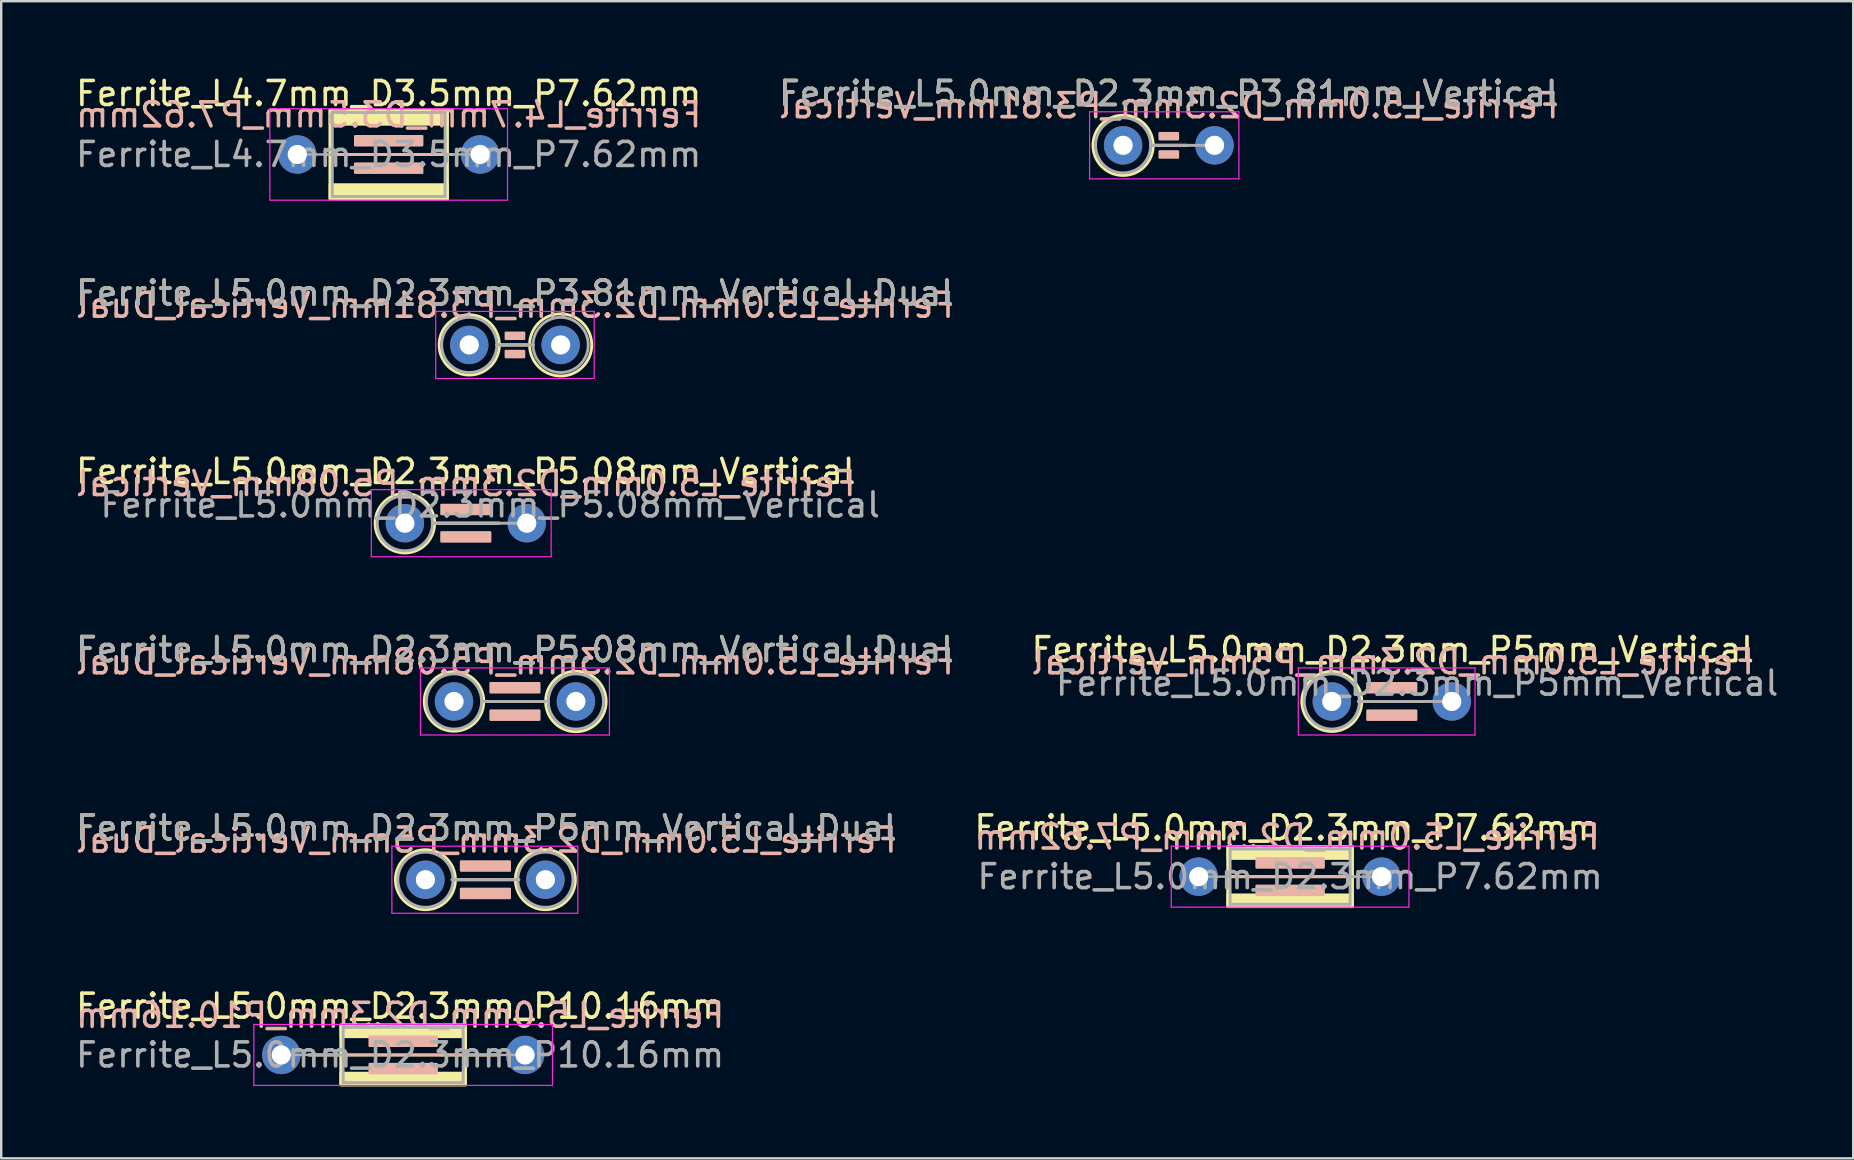
<source format=kicad_pcb>
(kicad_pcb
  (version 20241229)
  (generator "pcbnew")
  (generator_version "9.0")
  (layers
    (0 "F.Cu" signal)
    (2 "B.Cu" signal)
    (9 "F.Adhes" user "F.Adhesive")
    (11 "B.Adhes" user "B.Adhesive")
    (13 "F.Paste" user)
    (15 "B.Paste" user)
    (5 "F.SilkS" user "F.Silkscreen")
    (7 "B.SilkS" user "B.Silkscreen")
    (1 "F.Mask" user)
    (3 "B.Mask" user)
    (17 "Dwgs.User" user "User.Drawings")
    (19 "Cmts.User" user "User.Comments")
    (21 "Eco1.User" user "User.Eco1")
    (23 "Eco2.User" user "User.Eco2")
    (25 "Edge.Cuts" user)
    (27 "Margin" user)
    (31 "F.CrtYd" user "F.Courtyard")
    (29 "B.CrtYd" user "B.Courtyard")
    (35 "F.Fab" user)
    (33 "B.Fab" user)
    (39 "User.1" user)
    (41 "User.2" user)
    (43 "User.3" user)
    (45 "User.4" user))
  (footprint "Ferrite_L4.7mm_D3.5mm_P7.62mm"
    (layer "F.Cu")
    (at 9.339 3.388)
    (property "Reference" "Ferrite_L4.7mm_D3.5mm_P7.62mm" (at 3.81 -2.54 0) (layer "F.SilkS") (effects (font (size 1 1) (thickness 0.15))))
    (fp_line (start 5.424 0.000002) (end 1.143 0) (stroke (width 0.12) (type solid)) (layer "F.SilkS"))
    (fp_line (start 5.424 0.000002) (end 6.477 0) (stroke (width 0.12) (type solid)) (layer "F.SilkS"))
    (fp_rect (start 1.36 -1.85) (end 6.26 1.85) (stroke (width 0.12) (type solid)) (fill no) (layer "F.SilkS"))
    (fp_poly (pts (xy 6.26 -1.25) (xy 1.36 -1.25) (xy 1.36 -1.85) (xy 6.26 -1.85)) (stroke (width 0.1) (type solid)) (fill yes) (layer "F.SilkS"))
    (fp_poly (pts (xy 6.26 1.85) (xy 1.36 1.85) (xy 1.36 1.25) (xy 6.26 1.25)) (stroke (width 0.1) (type solid)) (fill yes) (layer "F.SilkS"))
    (fp_line (start 1.143 0) (end 6.477 0) (stroke (width 0.12) (type solid)) (layer "B.SilkS"))
    (fp_rect (start 2.413 -0.762) (end 5.207 -0.381) (stroke (width 0.1) (type solid)) (fill yes) (layer "B.SilkS"))
    (fp_rect (start 2.413 0.381) (end 5.207 0.762) (stroke (width 0.1) (type solid)) (fill yes) (layer "B.SilkS"))
    (fp_line (start -1.143 -1.905) (end 8.763 -1.905) (stroke (width 0.05) (type solid)) (layer "F.CrtYd"))
    (fp_line (start -1.143 1.905) (end -1.143 -1.905) (stroke (width 0.05) (type solid)) (layer "F.CrtYd"))
    (fp_line (start 8.763 -1.905) (end 8.763 1.905) (stroke (width 0.05) (type solid)) (layer "F.CrtYd"))
    (fp_line (start 8.763 1.905) (end -1.143 1.905) (stroke (width 0.05) (type solid)) (layer "F.CrtYd"))
    (fp_line (start 0 0) (end 1.46 0) (stroke (width 0.1) (type solid)) (layer "F.Fab"))
    (fp_line (start 1.46 -1.75) (end 1.46 0) (stroke (width 0.12) (type solid)) (layer "F.Fab"))
    (fp_line (start 1.46 0) (end 1.46 1.75) (stroke (width 0.12) (type solid)) (layer "F.Fab"))
    (fp_line (start 1.46 1.75) (end 6.16 1.75) (stroke (width 0.12) (type solid)) (layer "F.Fab"))
    (fp_line (start 6.16 -1.75) (end 1.46 -1.75) (stroke (width 0.12) (type solid)) (layer "F.Fab"))
    (fp_line (start 6.16 1.75) (end 6.16 -1.75) (stroke (width 0.12) (type solid)) (layer "F.Fab"))
    (fp_line (start 7.62 0) (end 6.16 0) (stroke (width 0.1) (type solid)) (layer "F.Fab"))
    (fp_text user "${REFERENCE}" (at 3.81 -1.651 0) (layer "B.SilkS") (effects (font (size 1 1) (thickness 0.15)) (justify mirror)))
    (fp_text user "${REFERENCE}" (at 3.81 0 0) (layer "F.Fab") (effects (font (size 1 1) (thickness 0.15))))
    (pad "1" thru_hole circle (at 0 0) (size 1.6 1.6) (drill 0.8) (layers "*.Cu" "*.Mask"))
    (pad "2" thru_hole circle (at 7.62 0) (size 1.6 1.6) (drill 0.8) (layers "*.Cu" "*.Mask")))
  (footprint "Ferrite_L5.0mm_D2.3mm_P3.81mm_Vertical"
    (layer "F.Cu")
    (at 43.756 3.007)
    (property "Reference" "Ferrite_L5.0mm_D2.3mm_P3.81mm_Vertical" (at 1.905 -2.159 0) (layer "F.SilkS") (effects (font (size 1 1) (thickness 0.15))))
    (fp_line (start 1.255 0) (end 2.667 0) (stroke (width 0.12) (type solid)) (layer "F.SilkS"))
    (fp_circle (center 0 0) (end 1.255 0) (stroke (width 0.12) (type solid)) (fill no) (layer "F.SilkS"))
    (fp_line (start 2.667 0) (end 1.143 0) (stroke (width 0.12) (type solid)) (layer "B.SilkS"))
    (fp_rect (start 1.524 -0.508) (end 2.286 -0.254) (stroke (width 0.1) (type solid)) (fill yes) (layer "B.SilkS"))
    (fp_rect (start 1.524 0.254) (end 2.286 0.508) (stroke (width 0.1) (type solid)) (fill yes) (layer "B.SilkS"))
    (fp_line (start -1.397 -1.397) (end 4.826 -1.397) (stroke (width 0.05) (type solid)) (layer "F.CrtYd"))
    (fp_line (start -1.397 1.397) (end -1.397 -1.397) (stroke (width 0.05) (type solid)) (layer "F.CrtYd"))
    (fp_line (start 4.826 -1.397) (end 4.826 1.397) (stroke (width 0.05) (type solid)) (layer "F.CrtYd"))
    (fp_line (start 4.826 1.397) (end -1.397 1.397) (stroke (width 0.05) (type solid)) (layer "F.CrtYd"))
    (fp_line (start 1.15 0) (end 3.81 0) (stroke (width 0.12) (type solid)) (layer "F.Fab"))
    (fp_circle (center 0 0) (end 1.15 0) (stroke (width 0.12) (type solid)) (fill no) (layer "F.Fab"))
    (fp_text user "${REFERENCE}" (at 1.905 -1.651 0) (layer "B.SilkS") (effects (font (size 1 1) (thickness 0.15)) (justify mirror)))
    (fp_text user "${REFERENCE}" (at 1.905 -2.158 0) (layer "F.Fab") (effects (font (size 1 1) (thickness 0.15))))
    (pad "1" thru_hole circle (at 0 0) (size 1.6 1.6) (drill 0.8) (layers "*.Cu" "*.Mask"))
    (pad "2" thru_hole circle (at 3.81 0) (size 1.6 1.6) (drill 0.8) (layers "*.Cu" "*.Mask")))
  (footprint "Ferrite_L5.0mm_D2.3mm_P3.81mm_Vertical_Dual"
    (layer "F.Cu")
    (at 16.506 11.325)
    (property "Reference" "Ferrite_L5.0mm_D2.3mm_P3.81mm_Vertical_Dual" (at 1.905 -2.159 0) (layer "F.SilkS") (effects (font (size 1 1) (thickness 0.15))))
    (fp_line (start 1.255 0) (end 2.515 0) (stroke (width 0.12) (type solid)) (layer "F.SilkS"))
    (fp_circle (center 0 0) (end 1.255 0) (stroke (width 0.12) (type solid)) (fill no) (layer "F.SilkS"))
    (fp_circle (center 3.81 0) (end 5.105 0) (stroke (width 0.12) (type solid)) (fill no) (layer "F.SilkS"))
    (fp_line (start 2.667 0) (end 1.143 0) (stroke (width 0.12) (type solid)) (layer "B.SilkS"))
    (fp_rect (start 1.524 -0.508) (end 2.286 -0.254) (stroke (width 0.1) (type solid)) (fill yes) (layer "B.SilkS"))
    (fp_rect (start 1.524 0.254) (end 2.286 0.508) (stroke (width 0.1) (type solid)) (fill yes) (layer "B.SilkS"))
    (fp_line (start -1.397 -1.397) (end 5.207 -1.397) (stroke (width 0.05) (type solid)) (layer "F.CrtYd"))
    (fp_line (start -1.397 1.397) (end -1.397 -1.397) (stroke (width 0.05) (type solid)) (layer "F.CrtYd"))
    (fp_line (start 5.207 -1.397) (end 5.207 1.397) (stroke (width 0.05) (type solid)) (layer "F.CrtYd"))
    (fp_line (start 5.207 1.397) (end -1.397 1.397) (stroke (width 0.05) (type solid)) (layer "F.CrtYd"))
    (fp_line (start 1.15 0) (end 2.66 0) (stroke (width 0.12) (type solid)) (layer "F.Fab"))
    (fp_circle (center 0 0) (end 1.15 0) (stroke (width 0.12) (type solid)) (fill no) (layer "F.Fab"))
    (fp_circle (center 3.81 0) (end 4.96 0) (stroke (width 0.12) (type solid)) (fill no) (layer "F.Fab"))
    (fp_text user "${REFERENCE}" (at 1.905 -1.651 0) (layer "B.SilkS") (effects (font (size 1 1) (thickness 0.15)) (justify mirror)))
    (fp_text user "${REFERENCE}" (at 1.905 -2.158 0) (layer "F.Fab") (effects (font (size 1 1) (thickness 0.15))))
    (pad "1" thru_hole circle (at 0 0) (size 1.6 1.6) (drill 0.8) (layers "*.Cu" "*.Mask"))
    (pad "2" thru_hole circle (at 3.81 0) (size 1.6 1.6) (drill 0.8) (layers "*.Cu" "*.Mask")))
  (footprint "Ferrite_L5.0mm_D2.3mm_P5mm_Vertical_Dual"
    (layer "F.Cu")
    (at 14.68 33.613)
    (property "Reference" "Ferrite_L5.0mm_D2.3mm_P5mm_Vertical_Dual" (at 2.54 -2.159 0) (layer "F.SilkS") (effects (font (size 1 1) (thickness 0.15))))
    (fp_line (start 1.25 0) (end 3.75 0) (stroke (width 0.12) (type solid)) (layer "F.SilkS"))
    (fp_circle (center 0 0) (end 1.25 0) (stroke (width 0.12) (type solid)) (fill no) (layer "F.SilkS"))
    (fp_circle (center 5 0) (end 6.25 0) (stroke (width 0.12) (type solid)) (fill no) (layer "F.SilkS"))
    (fp_line (start 3.897 0) (end 1.103 0) (stroke (width 0.12) (type solid)) (layer "B.SilkS"))
    (fp_rect (start 1.484 -0.762) (end 3.516 -0.381) (stroke (width 0.1) (type solid)) (fill yes) (layer "B.SilkS"))
    (fp_rect (start 1.484 0.381) (end 3.516 0.762) (stroke (width 0.1) (type solid)) (fill yes) (layer "B.SilkS"))
    (fp_line (start -1.397 -1.397) (end 6.35 -1.397) (stroke (width 0.05) (type solid)) (layer "F.CrtYd"))
    (fp_line (start -1.397 1.397) (end -1.397 -1.397) (stroke (width 0.05) (type solid)) (layer "F.CrtYd"))
    (fp_line (start 6.35 -1.397) (end 6.35 1.397) (stroke (width 0.05) (type solid)) (layer "F.CrtYd"))
    (fp_line (start 6.35 1.397) (end -1.397 1.397) (stroke (width 0.05) (type solid)) (layer "F.CrtYd"))
    (fp_line (start 1.15 0) (end 3.85 0) (stroke (width 0.12) (type solid)) (layer "F.Fab"))
    (fp_circle (center 0 0) (end 1.15 0) (stroke (width 0.12) (type solid)) (fill no) (layer "F.Fab"))
    (fp_circle (center 5 0) (end 6.15 0) (stroke (width 0.12) (type solid)) (fill no) (layer "F.Fab"))
    (fp_text user "${REFERENCE}" (at 2.54 -1.651 0) (layer "B.SilkS") (effects (font (size 1 1) (thickness 0.15)) (justify mirror)))
    (fp_text user "${REFERENCE}" (at 2.54 -2.158 0) (layer "F.Fab") (effects (font (size 1 1) (thickness 0.15))))
    (pad "1" thru_hole circle (at 0 0) (size 1.6 1.6) (drill 0.8) (layers "*.Cu" "*.Mask"))
    (pad "2" thru_hole circle (at 5 0) (size 1.6 1.6) (drill 0.8) (layers "*.Cu" "*.Mask")))
  (footprint "Ferrite_L5.0mm_D2.3mm_P5.08mm_Vertical_Dual"
    (layer "F.Cu")
    (at 15.871 26.184)
    (property "Reference" "Ferrite_L5.0mm_D2.3mm_P5.08mm_Vertical_Dual" (at 2.54 -2.159 0) (layer "F.SilkS") (effects (font (size 1 1) (thickness 0.15))))
    (fp_line (start 1.24 0) (end 3.82 0) (stroke (width 0.12) (type solid)) (layer "F.SilkS"))
    (fp_circle (center 0 0) (end 1.24 0) (stroke (width 0.12) (type solid)) (fill no) (layer "F.SilkS"))
    (fp_circle (center 5.08 0) (end 6.34 0) (stroke (width 0.12) (type solid)) (fill no) (layer "F.SilkS"))
    (fp_line (start 3.937 0) (end 1.143 0) (stroke (width 0.12) (type solid)) (layer "B.SilkS"))
    (fp_rect (start 1.524 -0.762) (end 3.556 -0.381) (stroke (width 0.1) (type solid)) (fill yes) (layer "B.SilkS"))
    (fp_rect (start 1.524 0.381) (end 3.556 0.762) (stroke (width 0.1) (type solid)) (fill yes) (layer "B.SilkS"))
    (fp_line (start -1.397 -1.397) (end 6.477 -1.397) (stroke (width 0.05) (type solid)) (layer "F.CrtYd"))
    (fp_line (start -1.397 1.397) (end -1.397 -1.397) (stroke (width 0.05) (type solid)) (layer "F.CrtYd"))
    (fp_line (start 6.477 -1.397) (end 6.477 1.397) (stroke (width 0.05) (type solid)) (layer "F.CrtYd"))
    (fp_line (start 6.477 1.397) (end -1.397 1.397) (stroke (width 0.05) (type solid)) (layer "F.CrtYd"))
    (fp_line (start 1.15 0) (end 3.93 0) (stroke (width 0.12) (type solid)) (layer "F.Fab"))
    (fp_circle (center 0 0) (end 1.15 0) (stroke (width 0.12) (type solid)) (fill no) (layer "F.Fab"))
    (fp_circle (center 5.08 0) (end 6.23 0) (stroke (width 0.12) (type solid)) (fill no) (layer "F.Fab"))
    (fp_text user "${REFERENCE}" (at 2.54 -1.651 0) (layer "B.SilkS") (effects (font (size 1 1) (thickness 0.15)) (justify mirror)))
    (fp_text user "${REFERENCE}" (at 2.54 -2.158 0) (layer "F.Fab") (effects (font (size 1 1) (thickness 0.15))))
    (pad "1" thru_hole circle (at 0 0) (size 1.6 1.6) (drill 0.8) (layers "*.Cu" "*.Mask"))
    (pad "2" thru_hole circle (at 5.08 0) (size 1.6 1.6) (drill 0.8) (layers "*.Cu" "*.Mask")))
  (footprint "Ferrite_L5.0mm_D2.3mm_P10.16mm"
    (layer "F.Cu")
    (at 8.672 40.916)
    (property "Reference" "Ferrite_L5.0mm_D2.3mm_P10.16mm" (at 4.953 -2.032 0) (layer "F.SilkS") (effects (font (size 1 1) (thickness 0.15))))
    (fp_line (start 6.694 0.000002) (end 1.143 0) (stroke (width 0.12) (type solid)) (layer "F.SilkS"))
    (fp_line (start 6.694 0.000002) (end 9.017 0) (stroke (width 0.12) (type solid)) (layer "F.SilkS"))
    (fp_rect (start 2.48 -1.25) (end 7.68 1.25) (stroke (width 0.12) (type solid)) (fill no) (layer "F.SilkS"))
    (fp_poly (pts (xy 2.48 0.75) (xy 7.68 0.75) (xy 7.68 1.25) (xy 2.48 1.25)) (stroke (width 0.1) (type solid)) (fill yes) (layer "F.SilkS"))
    (fp_poly (pts (xy 7.68 -0.75) (xy 2.48 -0.75) (xy 2.48 -1.25) (xy 7.68 -1.25)) (stroke (width 0.1) (type solid)) (fill yes) (layer "F.SilkS"))
    (fp_line (start 1.143 0) (end 9.017 0) (stroke (width 0.12) (type solid)) (layer "B.SilkS"))
    (fp_rect (start 3.683 -0.762) (end 6.477 -0.381) (stroke (width 0.1) (type solid)) (fill yes) (layer "B.SilkS"))
    (fp_rect (start 3.683 0.381) (end 6.477 0.762) (stroke (width 0.1) (type solid)) (fill yes) (layer "B.SilkS"))
    (fp_line (start -1.143 -1.27) (end 11.303 -1.27) (stroke (width 0.05) (type solid)) (layer "F.CrtYd"))
    (fp_line (start -1.143 1.27) (end -1.143 -1.27) (stroke (width 0.05) (type solid)) (layer "F.CrtYd"))
    (fp_line (start 11.303 -1.27) (end 11.303 1.27) (stroke (width 0.05) (type solid)) (layer "F.CrtYd"))
    (fp_line (start 11.303 1.27) (end -1.143 1.27) (stroke (width 0.05) (type solid)) (layer "F.CrtYd"))
    (fp_line (start 0 0) (end 2.58 0) (stroke (width 0.1) (type solid)) (layer "F.Fab"))
    (fp_line (start 2.58 -1.15) (end 7.58 -1.15) (stroke (width 0.12) (type solid)) (layer "F.Fab"))
    (fp_line (start 2.58 1.15) (end 2.58 -1.15) (stroke (width 0.12) (type solid)) (layer "F.Fab"))
    (fp_line (start 7.58 -1.15) (end 7.58 1.15) (stroke (width 0.12) (type solid)) (layer "F.Fab"))
    (fp_line (start 7.58 1.15) (end 2.58 1.15) (stroke (width 0.12) (type solid)) (layer "F.Fab"))
    (fp_line (start 10.16 0) (end 7.58 0) (stroke (width 0.1) (type solid)) (layer "F.Fab"))
    (fp_text user "${REFERENCE}" (at 4.953 -1.651 0) (layer "B.SilkS") (effects (font (size 1 1) (thickness 0.15)) (justify mirror)))
    (fp_text user "${REFERENCE}" (at 4.953 0 0) (layer "F.Fab") (effects (font (size 1 1) (thickness 0.15))))
    (pad "1" thru_hole circle (at 0 0) (size 1.6 1.6) (drill 0.8) (layers "*.Cu" "*.Mask"))
    (pad "2" thru_hole circle (at 10.16 0) (size 1.6 1.6) (drill 0.8) (layers "*.Cu" "*.Mask")))
  (footprint "Ferrite_L5.0mm_D2.3mm_P5mm_Vertical"
    (layer "F.Cu")
    (at 52.454 26.184)
    (property "Reference" "Ferrite_L5.0mm_D2.3mm_P5mm_Vertical" (at 2.54 -2.159 0) (layer "F.SilkS") (effects (font (size 1 1) (thickness 0.15))))
    (fp_line (start 1.25 0) (end 3.81 0) (stroke (width 0.12) (type solid)) (layer "F.SilkS"))
    (fp_circle (center 0 0) (end 1.25 0) (stroke (width 0.12) (type solid)) (fill no) (layer "F.SilkS"))
    (fp_line (start 3.897 0) (end 1.103 0) (stroke (width 0.12) (type solid)) (layer "B.SilkS"))
    (fp_rect (start 1.484 -0.762) (end 3.516 -0.381) (stroke (width 0.1) (type solid)) (fill yes) (layer "B.SilkS"))
    (fp_rect (start 1.484 0.381) (end 3.516 0.762) (stroke (width 0.1) (type solid)) (fill yes) (layer "B.SilkS"))
    (fp_line (start -1.397 -1.397) (end 5.969 -1.397) (stroke (width 0.05) (type solid)) (layer "F.CrtYd"))
    (fp_line (start -1.397 1.397) (end -1.397 -1.397) (stroke (width 0.05) (type solid)) (layer "F.CrtYd"))
    (fp_line (start 5.969 -1.397) (end 5.969 1.397) (stroke (width 0.05) (type solid)) (layer "F.CrtYd"))
    (fp_line (start 5.969 1.397) (end -1.397 1.397) (stroke (width 0.05) (type solid)) (layer "F.CrtYd"))
    (fp_line (start 1.15 0) (end 5 0) (stroke (width 0.12) (type solid)) (layer "F.Fab"))
    (fp_circle (center 0 0) (end 1.15 0) (stroke (width 0.12) (type solid)) (fill no) (layer "F.Fab"))
    (fp_text user "${REFERENCE}" (at 2.54 -1.651 0) (layer "B.SilkS") (effects (font (size 1 1) (thickness 0.15)) (justify mirror)))
    (fp_text user "${REFERENCE}" (at 3.556 -0.762 0) (layer "F.Fab") (effects (font (size 1 1) (thickness 0.15))))
    (pad "1" thru_hole circle (at 0 0) (size 1.6 1.6) (drill 0.8) (layers "*.Cu" "*.Mask"))
    (pad "2" thru_hole circle (at 5 0) (size 1.6 1.6) (drill 0.8) (layers "*.Cu" "*.Mask")))
  (footprint "Ferrite_L5.0mm_D2.3mm_P5.08mm_Vertical"
    (layer "F.Cu")
    (at 13.823 18.755)
    (property "Reference" "Ferrite_L5.0mm_D2.3mm_P5.08mm_Vertical" (at 2.54 -2.159 0) (layer "F.SilkS") (effects (font (size 1 1) (thickness 0.15))))
    (fp_line (start 1.24 0) (end 3.937 0) (stroke (width 0.12) (type solid)) (layer "F.SilkS"))
    (fp_circle (center 0 0) (end 1.24 0) (stroke (width 0.12) (type solid)) (fill no) (layer "F.SilkS"))
    (fp_line (start 3.937 0) (end 1.143 0) (stroke (width 0.12) (type solid)) (layer "B.SilkS"))
    (fp_rect (start 1.524 -0.762) (end 3.556 -0.381) (stroke (width 0.1) (type solid)) (fill yes) (layer "B.SilkS"))
    (fp_rect (start 1.524 0.381) (end 3.556 0.762) (stroke (width 0.1) (type solid)) (fill yes) (layer "B.SilkS"))
    (fp_line (start -1.397 -1.397) (end 6.096 -1.397) (stroke (width 0.05) (type solid)) (layer "F.CrtYd"))
    (fp_line (start -1.397 1.397) (end -1.397 -1.397) (stroke (width 0.05) (type solid)) (layer "F.CrtYd"))
    (fp_line (start 6.096 -1.397) (end 6.096 1.397) (stroke (width 0.05) (type solid)) (layer "F.CrtYd"))
    (fp_line (start 6.096 1.397) (end -1.397 1.397) (stroke (width 0.05) (type solid)) (layer "F.CrtYd"))
    (fp_line (start 1.15 0) (end 5.08 0) (stroke (width 0.12) (type solid)) (layer "F.Fab"))
    (fp_circle (center 0 0) (end 1.15 0) (stroke (width 0.12) (type solid)) (fill no) (layer "F.Fab"))
    (fp_text user "${REFERENCE}" (at 2.54 -1.651 0) (layer "B.SilkS") (effects (font (size 1 1) (thickness 0.15)) (justify mirror)))
    (fp_text user "${REFERENCE}" (at 3.556 -0.762 0) (layer "F.Fab") (effects (font (size 1 1) (thickness 0.15))))
    (pad "1" thru_hole circle (at 0 0) (size 1.6 1.6) (drill 0.8) (layers "*.Cu" "*.Mask"))
    (pad "2" thru_hole circle (at 5.08 0) (size 1.6 1.6) (drill 0.8) (layers "*.Cu" "*.Mask")))
  (footprint "Ferrite_L5.0mm_D2.3mm_P7.62mm"
    (layer "F.Cu")
    (at 46.906 33.486)
    (property "Reference" "Ferrite_L5.0mm_D2.3mm_P7.62mm" (at 3.683 -2.032 0) (layer "F.SilkS") (effects (font (size 1 1) (thickness 0.15))))
    (fp_line (start 5.424 0.000002) (end 1.143 0) (stroke (width 0.12) (type solid)) (layer "F.SilkS"))
    (fp_line (start 5.424 0.000002) (end 6.477 0) (stroke (width 0.12) (type solid)) (layer "F.SilkS"))
    (fp_rect (start 1.21 -1.25) (end 6.41 1.25) (stroke (width 0.12) (type solid)) (fill no) (layer "F.SilkS"))
    (fp_poly (pts (xy 1.21 -1.25) (xy 6.41 -1.25) (xy 6.41 -0.75) (xy 1.21 -0.75)) (stroke (width 0.1) (type solid)) (fill yes) (layer "F.SilkS"))
    (fp_poly (pts (xy 1.21 0.75) (xy 6.41 0.75) (xy 6.41 1.25) (xy 1.21 1.25)) (stroke (width 0.1) (type solid)) (fill yes) (layer "F.SilkS"))
    (fp_line (start 1.143 0) (end 6.477 0) (stroke (width 0.12) (type solid)) (layer "B.SilkS"))
    (fp_rect (start 2.413 -0.762) (end 5.207 -0.381) (stroke (width 0.1) (type solid)) (fill yes) (layer "B.SilkS"))
    (fp_rect (start 2.413 0.381) (end 5.207 0.762) (stroke (width 0.1) (type solid)) (fill yes) (layer "B.SilkS"))
    (fp_line (start -1.143 -1.27) (end 8.763 -1.27) (stroke (width 0.05) (type solid)) (layer "F.CrtYd"))
    (fp_line (start -1.143 1.27) (end -1.143 -1.27) (stroke (width 0.05) (type solid)) (layer "F.CrtYd"))
    (fp_line (start 8.763 -1.27) (end 8.763 1.27) (stroke (width 0.05) (type solid)) (layer "F.CrtYd"))
    (fp_line (start 8.763 1.27) (end -1.143 1.27) (stroke (width 0.05) (type solid)) (layer "F.CrtYd"))
    (fp_line (start 0 0) (end 1.31 0) (stroke (width 0.1) (type solid)) (layer "F.Fab"))
    (fp_line (start 1.31 -1.15) (end 6.31 -1.15) (stroke (width 0.12) (type solid)) (layer "F.Fab"))
    (fp_line (start 1.31 1.15) (end 1.31 -1.15) (stroke (width 0.12) (type solid)) (layer "F.Fab"))
    (fp_line (start 6.31 -1.15) (end 6.31 1.15) (stroke (width 0.12) (type solid)) (layer "F.Fab"))
    (fp_line (start 6.31 1.15) (end 1.31 1.15) (stroke (width 0.12) (type solid)) (layer "F.Fab"))
    (fp_line (start 7.62 0) (end 6.31 0) (stroke (width 0.1) (type solid)) (layer "F.Fab"))
    (fp_text user "${REFERENCE}" (at 3.683 -1.651 0) (layer "B.SilkS") (effects (font (size 1 1) (thickness 0.15)) (justify mirror)))
    (fp_text user "${REFERENCE}" (at 3.81 0 0) (layer "F.Fab") (effects (font (size 1 1) (thickness 0.15))))
    (pad "1" thru_hole circle (at 0 0) (size 1.6 1.6) (drill 0.8) (layers "*.Cu" "*.Mask"))
    (pad "2" thru_hole circle (at 7.62 0) (size 1.6 1.6) (drill 0.8) (layers "*.Cu" "*.Mask")))
  (gr_rect
    (start -3 -3)
    (end 74.183 45.225)
    (stroke (width 0.1) (type default))
    (fill no)
    (layer "Edge.Cuts")))
</source>
